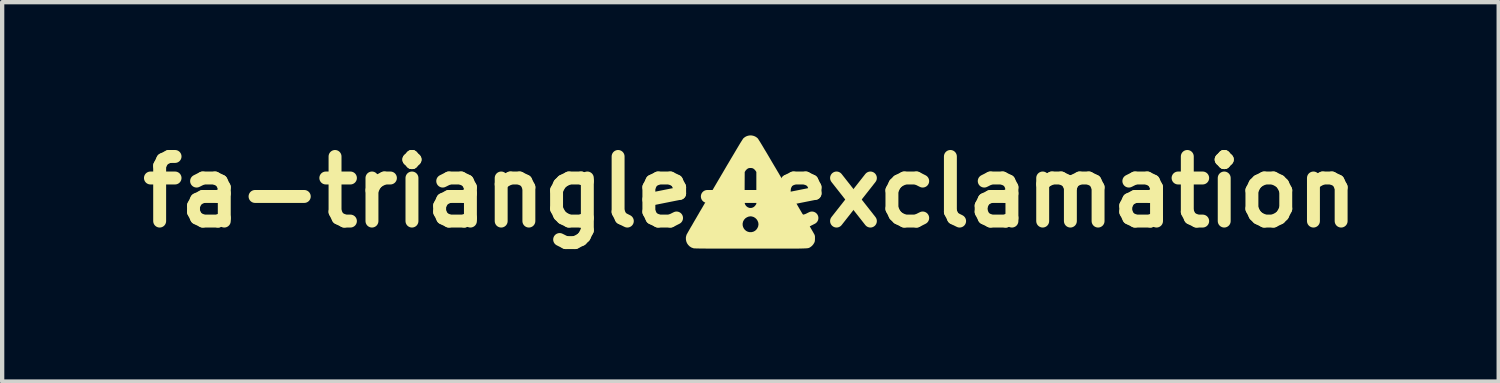
<source format=kicad_pcb>
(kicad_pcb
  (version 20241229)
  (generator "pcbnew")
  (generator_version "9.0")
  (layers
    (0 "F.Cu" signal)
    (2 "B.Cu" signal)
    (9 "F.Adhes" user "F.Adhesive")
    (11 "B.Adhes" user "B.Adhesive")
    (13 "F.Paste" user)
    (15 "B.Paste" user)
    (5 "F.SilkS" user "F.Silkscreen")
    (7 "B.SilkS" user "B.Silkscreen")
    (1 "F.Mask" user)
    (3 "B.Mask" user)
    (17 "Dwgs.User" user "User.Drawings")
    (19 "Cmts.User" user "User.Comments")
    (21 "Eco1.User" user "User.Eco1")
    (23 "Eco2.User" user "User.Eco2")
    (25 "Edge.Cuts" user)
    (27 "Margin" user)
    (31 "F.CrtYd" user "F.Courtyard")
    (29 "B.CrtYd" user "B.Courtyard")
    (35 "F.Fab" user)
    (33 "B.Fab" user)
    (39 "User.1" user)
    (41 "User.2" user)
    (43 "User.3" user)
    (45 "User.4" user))
  (footprint "fa-triangle-exclamation"
    (layer "F.Cu")
    (at 14.371 1.404)
    (property "Reference" "fa-triangle-exclamation" (at 0 0 0) (layer "F.SilkS") (effects (font (size 1.5 1.5) (thickness 0.3))))
    (attr board_only exclude_from_pos_files exclude_from_bom)
    (fp_poly (pts (xy 0.063 -1.303) (xy 0.108 -1.287) (xy 0.15 -1.26) (xy 0.169 -1.243) (xy 0.174 -1.237) (xy 0.181 -1.227) (xy 0.191 -1.211) (xy 0.204 -1.19) (xy 0.221 -1.164) (xy 0.241 -1.131) (xy 0.265 -1.092) (xy 0.292 -1.047) (xy 0.323 -0.994) (xy 0.359 -0.935) (xy 0.399 -0.868) (xy 0.443 -0.793) (xy 0.492 -0.709) (xy 0.546 -0.618) (xy 0.606 -0.517) (xy 0.67 -0.408) (xy 0.74 -0.289) (xy 0.816 -0.16) (xy 0.835 -0.127) (xy 0.896 -0.022) (xy 0.956 0.08) (xy 1.014 0.179) (xy 1.071 0.275) (xy 1.124 0.367) (xy 1.175 0.454) (xy 1.224 0.537) (xy 1.269 0.614) (xy 1.311 0.686) (xy 1.349 0.751) (xy 1.383 0.81) (xy 1.412 0.861) (xy 1.438 0.905) (xy 1.458 0.94) (xy 1.473 0.967) (xy 1.483 0.984) (xy 1.487 0.992) (xy 1.493 1.008) (xy 1.497 1.023) (xy 1.499 1.04) (xy 1.499 1.064) (xy 1.499 1.087) (xy 1.498 1.117) (xy 1.496 1.139) (xy 1.493 1.156) (xy 1.487 1.171) (xy 1.481 1.185) (xy 1.457 1.223) (xy 1.425 1.258) (xy 1.39 1.285) (xy 1.389 1.285) (xy 1.383 1.289) (xy 1.377 1.292) (xy 1.372 1.295) (xy 1.367 1.298) (xy 1.36 1.301) (xy 1.353 1.303) (xy 1.344 1.306) (xy 1.333 1.308) (xy 1.32 1.309) (xy 1.303 1.311) (xy 1.283 1.312) (xy 1.259 1.313) (xy 1.231 1.314) (xy 1.197 1.315) (xy 1.159 1.316) (xy 1.114 1.317) (xy 1.063 1.317) (xy 1.006 1.318) (xy 0.941 1.318) (xy 0.869 1.318) (xy 0.788 1.318) (xy 0.699 1.318) (xy 0.601 1.318) (xy 0.493 1.318) (xy 0.375 1.318) (xy 0.247 1.318) (xy 0.108 1.318) (xy 0.000233 1.318) (xy -0.147 1.318) (xy -0.283 1.318) (xy -0.408 1.318) (xy -0.523 1.318) (xy -0.627 1.318) (xy -0.723 1.318) (xy -0.809 1.317) (xy -0.887 1.317) (xy -0.956 1.317) (xy -1.018 1.317) (xy -1.073 1.316) (xy -1.121 1.316) (xy -1.162 1.316) (xy -1.198 1.315) (xy -1.228 1.315) (xy -1.253 1.314) (xy -1.274 1.313) (xy -1.29 1.313) (xy -1.303 1.312) (xy -1.313 1.311) (xy -1.32 1.31) (xy -1.324 1.309) (xy -1.372 1.291) (xy -1.413 1.264) (xy -1.446 1.23) (xy -1.473 1.19) (xy -1.49 1.145) (xy -1.498 1.098) (xy -1.497 1.05) (xy -1.484 1.001) (xy -1.482 0.994) (xy -1.477 0.986) (xy -1.467 0.968) (xy -1.452 0.941) (xy -1.432 0.906) (xy -1.407 0.862) (xy -1.377 0.81) (xy -1.355 0.774) (xy -0.18 0.774) (xy -0.171 0.813) (xy -0.153 0.85) (xy -0.129 0.881) (xy -0.098 0.907) (xy -0.062 0.925) (xy -0.023 0.935) (xy 0.019 0.936) (xy 0.063 0.927) (xy 0.068 0.925) (xy 0.107 0.905) (xy 0.139 0.876) (xy 0.164 0.84) (xy 0.181 0.8) (xy 0.187 0.757) (xy 0.188 0.753) (xy 0.182 0.71) (xy 0.166 0.67) (xy 0.142 0.634) (xy 0.111 0.605) (xy 0.073 0.583) (xy 0.032 0.571) (xy 0.003 0.568) (xy -0.04 0.574) (xy -0.08 0.59) (xy -0.117 0.614) (xy -0.146 0.646) (xy -0.168 0.684) (xy -0.169 0.688) (xy -0.18 0.731) (xy -0.18 0.774) (xy -1.355 0.774) (xy -1.343 0.752) (xy -1.305 0.686) (xy -1.263 0.615) (xy -1.218 0.537) (xy -1.17 0.454) (xy -1.118 0.367) (xy -1.065 0.275) (xy -1.008 0.179) (xy -0.95 0.08) (xy -0.939 0.06) (xy -0.134 0.06) (xy -0.134 0.125) (xy -0.133 0.178) (xy -0.133 0.22) (xy -0.132 0.251) (xy -0.13 0.27) (xy -0.129 0.276) (xy -0.114 0.309) (xy -0.089 0.338) (xy -0.058 0.36) (xy -0.058 0.36) (xy -0.02 0.373) (xy 0.018 0.374) (xy 0.055 0.364) (xy 0.074 0.354) (xy 0.101 0.332) (xy 0.12 0.308) (xy 0.138 0.279) (xy 0.138 -0.091) (xy 0.138 -0.461) (xy 0.12 -0.49) (xy 0.097 -0.517) (xy 0.074 -0.536) (xy 0.056 -0.546) (xy 0.04 -0.551) (xy 0.022 -0.553) (xy 0.003 -0.554) (xy -0.021 -0.553) (xy -0.039 -0.55) (xy -0.054 -0.544) (xy -0.068 -0.536) (xy -0.095 -0.513) (xy -0.114 -0.49) (xy -0.132 -0.461) (xy -0.134 -0.103) (xy -0.134 -0.016) (xy -0.134 0.06) (xy -0.939 0.06) (xy -0.89 -0.022) (xy -0.829 -0.127) (xy -0.752 -0.258) (xy -0.681 -0.379) (xy -0.615 -0.491) (xy -0.555 -0.594) (xy -0.499 -0.688) (xy -0.449 -0.773) (xy -0.403 -0.85) (xy -0.362 -0.919) (xy -0.326 -0.98) (xy -0.293 -1.035) (xy -0.265 -1.082) (xy -0.241 -1.122) (xy -0.22 -1.156) (xy -0.202 -1.184) (xy -0.188 -1.206) (xy -0.177 -1.223) (xy -0.169 -1.235) (xy -0.164 -1.242) (xy -0.163 -1.243) (xy -0.124 -1.274) (xy -0.08 -1.296) (xy -0.033 -1.308) (xy 0.015 -1.311)) (stroke (width 0) (type solid)) (fill yes) (layer "F.SilkS")))
  (gr_rect
    (start -3 -3)
    (end 31.743 5.808)
    (stroke (width 0.1) (type default))
    (fill no)
    (layer "Edge.Cuts")))
</source>
